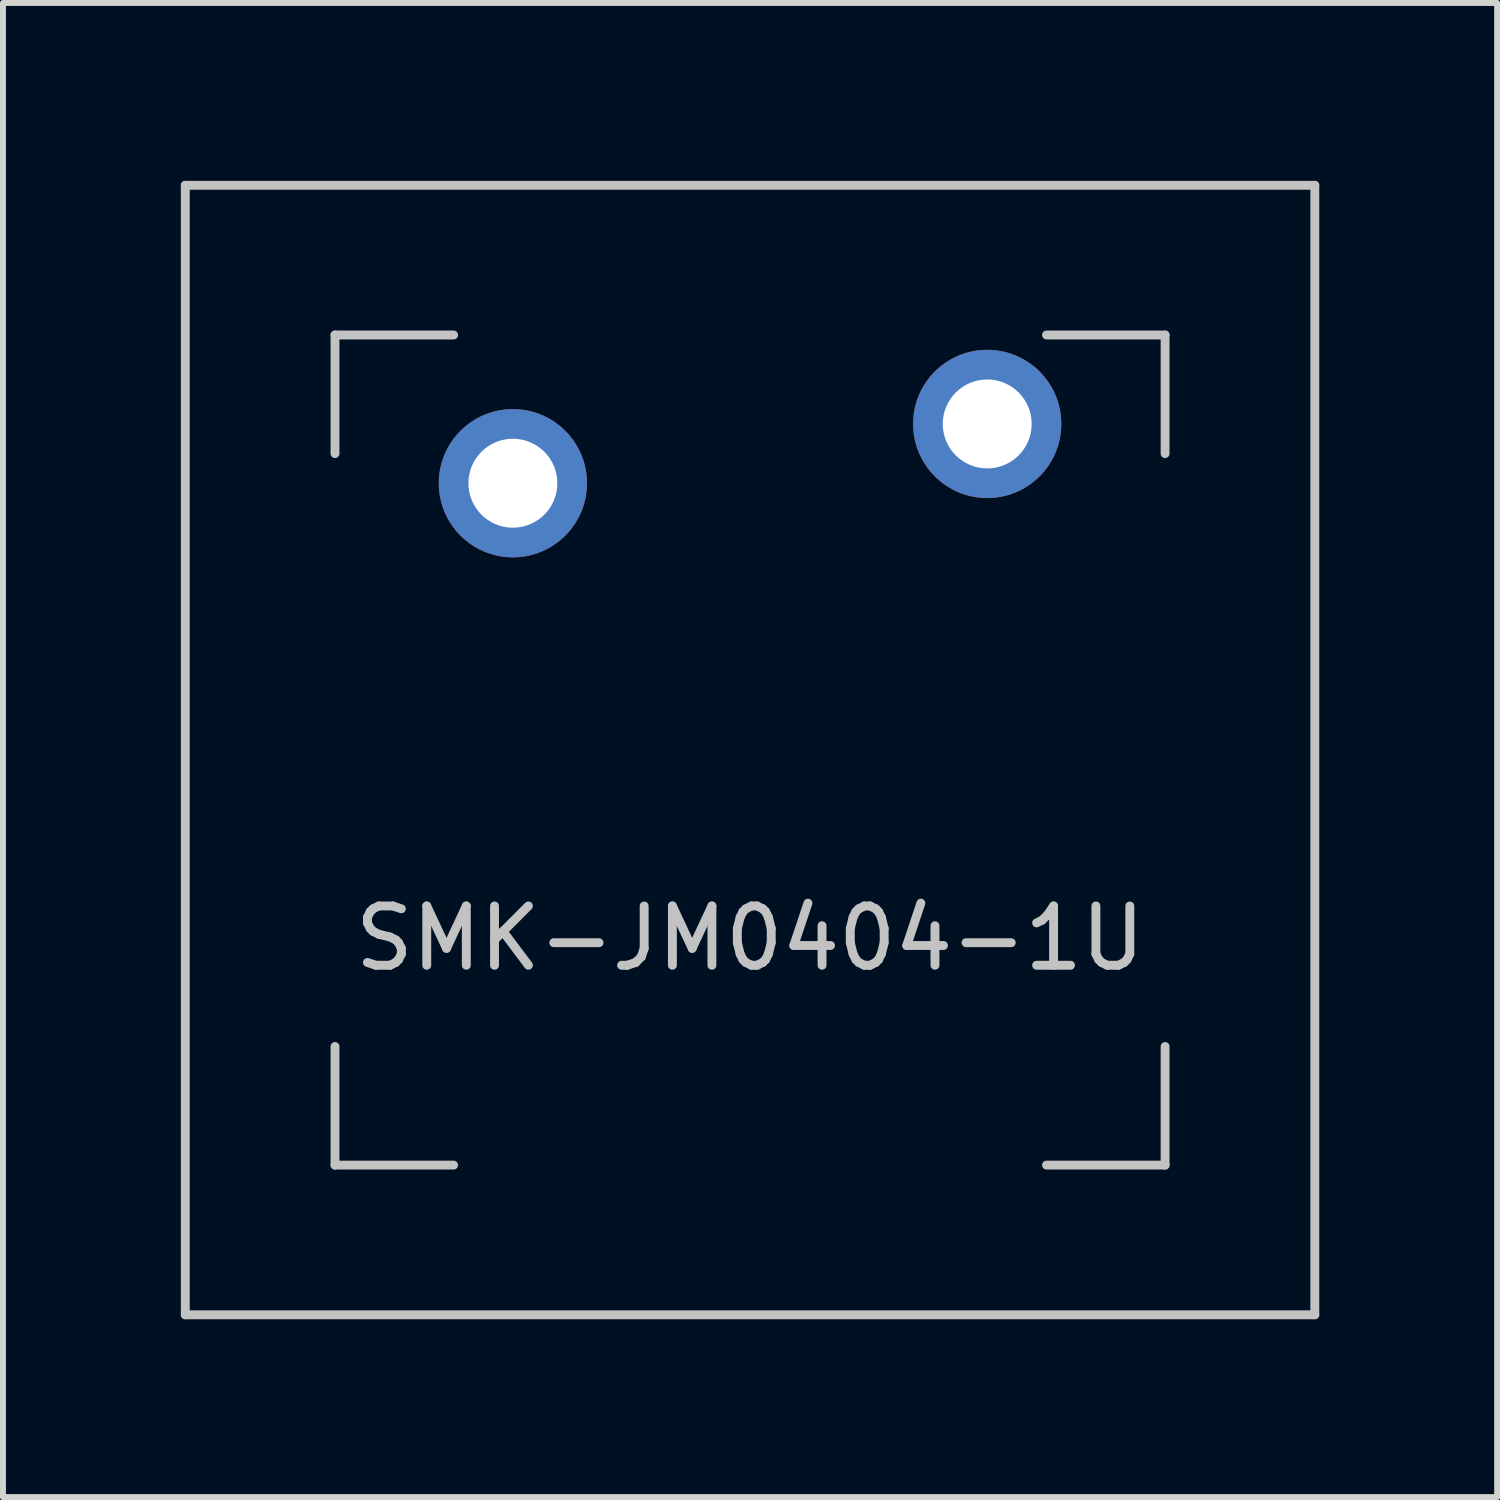
<source format=kicad_pcb>
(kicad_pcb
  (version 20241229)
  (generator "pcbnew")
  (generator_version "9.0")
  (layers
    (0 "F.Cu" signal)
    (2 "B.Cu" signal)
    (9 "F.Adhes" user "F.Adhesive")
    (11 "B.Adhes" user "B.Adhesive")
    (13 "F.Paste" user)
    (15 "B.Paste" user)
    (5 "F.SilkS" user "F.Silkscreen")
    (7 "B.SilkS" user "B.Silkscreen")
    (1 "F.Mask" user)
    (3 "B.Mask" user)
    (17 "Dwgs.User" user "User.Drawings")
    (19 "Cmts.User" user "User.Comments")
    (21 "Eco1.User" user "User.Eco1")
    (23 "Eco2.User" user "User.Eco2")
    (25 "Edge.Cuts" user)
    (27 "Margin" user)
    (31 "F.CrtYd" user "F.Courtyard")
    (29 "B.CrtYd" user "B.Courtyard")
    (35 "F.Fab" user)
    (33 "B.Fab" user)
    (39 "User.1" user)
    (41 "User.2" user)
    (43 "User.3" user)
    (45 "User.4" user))
  (footprint "SMK-JM0404-1U"
    (layer "F.Cu")
    (at 9.6 9.6)
    (property "Reference" "SMK-JM0404-1U" (at 0 3.175 0) (layer "Dwgs.User") (effects (font (size 1 1) (thickness 0.15))))
    (attr through_hole)
    (fp_line (start -9.525 -9.525) (end 9.525 -9.525) (stroke (width 0.15) (type solid)) (layer "Dwgs.User"))
    (fp_line (start -9.525 9.525) (end -9.525 -9.525) (stroke (width 0.15) (type solid)) (layer "Dwgs.User"))
    (fp_line (start -9.525 9.525) (end 9.525 9.525) (stroke (width 0.15) (type solid)) (layer "Dwgs.User"))
    (fp_line (start -7 -7) (end -7 -5) (stroke (width 0.15) (type solid)) (layer "Dwgs.User"))
    (fp_line (start -7 5) (end -7 7) (stroke (width 0.15) (type solid)) (layer "Dwgs.User"))
    (fp_line (start -7 7) (end -5 7) (stroke (width 0.15) (type solid)) (layer "Dwgs.User"))
    (fp_line (start -5 -7) (end -7 -7) (stroke (width 0.15) (type solid)) (layer "Dwgs.User"))
    (fp_line (start 5 -7) (end 7 -7) (stroke (width 0.15) (type solid)) (layer "Dwgs.User"))
    (fp_line (start 5 7) (end 7 7) (stroke (width 0.15) (type solid)) (layer "Dwgs.User"))
    (fp_line (start 7 -7) (end 7 -5) (stroke (width 0.15) (type solid)) (layer "Dwgs.User"))
    (fp_line (start 7 7) (end 7 5) (stroke (width 0.15) (type solid)) (layer "Dwgs.User"))
    (fp_line (start 9.525 -9.525) (end 9.525 9.525) (stroke (width 0.15) (type solid)) (layer "Dwgs.User"))
    (pad "1" thru_hole circle (at -4 -4.5) (size 2.5 2.5) (drill 1.5) (layers "*.Cu" "B.Mask"))
    (pad "2" thru_hole circle (at 4 -5.5) (size 2.5 2.5) (drill 1.5) (layers "*.Cu" "B.Mask")))
  (gr_rect
    (start -3 -3)
    (end 22.2 22.2)
    (stroke (width 0.1) (type default))
    (fill no)
    (layer "Edge.Cuts")))
</source>
